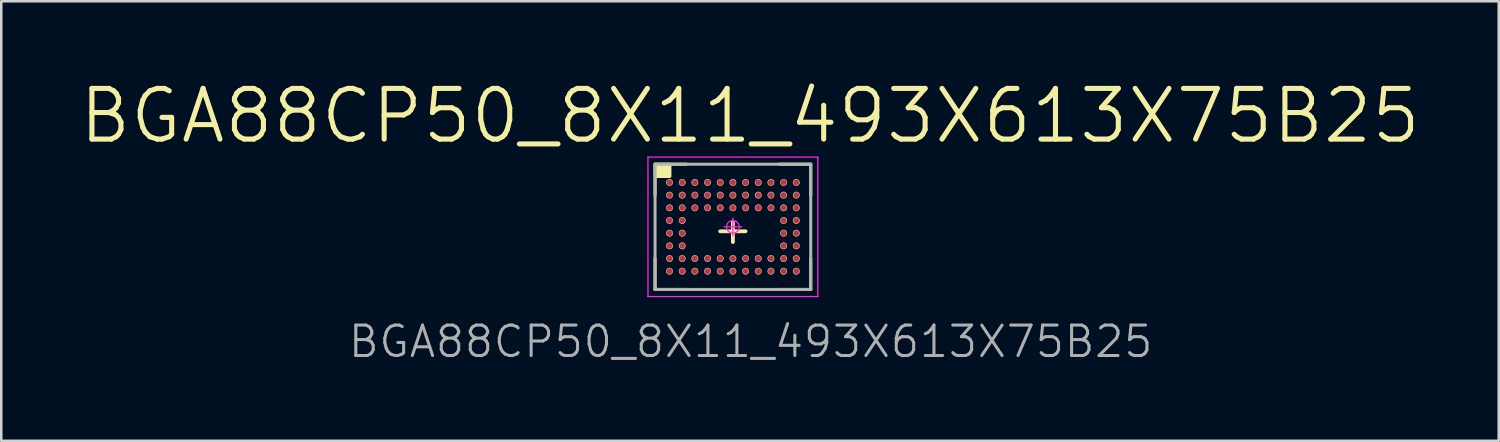
<source format=kicad_pcb>
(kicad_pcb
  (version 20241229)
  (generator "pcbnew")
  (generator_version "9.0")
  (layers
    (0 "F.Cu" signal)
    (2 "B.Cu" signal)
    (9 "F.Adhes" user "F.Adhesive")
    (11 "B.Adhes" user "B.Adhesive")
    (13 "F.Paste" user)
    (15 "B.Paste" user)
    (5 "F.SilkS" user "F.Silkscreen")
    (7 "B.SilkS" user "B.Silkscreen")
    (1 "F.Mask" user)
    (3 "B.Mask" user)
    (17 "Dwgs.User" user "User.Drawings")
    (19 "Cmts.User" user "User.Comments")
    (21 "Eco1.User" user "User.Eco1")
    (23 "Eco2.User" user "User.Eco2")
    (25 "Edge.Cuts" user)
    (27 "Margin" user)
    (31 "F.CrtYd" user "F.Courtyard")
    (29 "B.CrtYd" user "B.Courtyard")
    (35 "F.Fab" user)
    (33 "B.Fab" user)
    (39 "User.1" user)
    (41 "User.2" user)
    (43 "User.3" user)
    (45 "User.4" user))
  (footprint "BGA88CP50_8X11_493X613X75B25"
    (layer "F.Cu")
    (at 25.854 5.896)
    (property "Reference" "BGA88CP50_8X11_493X613X75B25" (at 0.7 4.525 0) (layer "F.Fab") (effects (font (size 1.2 1.2) (thickness 0.12))))
    (attr smd)
    (fp_line (start -3.07 -2.47) (end -1.835 -2.47) (stroke (width 0.12) (type solid)) (layer "F.SilkS"))
    (fp_line (start -3.07 -1.235) (end -3.07 -2.47) (stroke (width 0.12) (type solid)) (layer "F.SilkS"))
    (fp_line (start -3.07 1.235) (end -3.07 2.47) (stroke (width 0.12) (type solid)) (layer "F.SilkS"))
    (fp_line (start -3.07 2.47) (end -1.835 2.47) (stroke (width 0.12) (type solid)) (layer "F.SilkS"))
    (fp_line (start -0.5 0.175) (end 0.5 0.175) (stroke (width 0.15) (type solid)) (layer "F.SilkS"))
    (fp_line (start 0 0.6) (end 0 -0.2) (stroke (width 0.15) (type solid)) (layer "F.SilkS"))
    (fp_line (start 3.07 -2.47) (end 1.835 -2.47) (stroke (width 0.12) (type solid)) (layer "F.SilkS"))
    (fp_line (start 3.07 -1.235) (end 3.07 -2.47) (stroke (width 0.12) (type solid)) (layer "F.SilkS"))
    (fp_line (start 3.07 1.235) (end 3.07 2.47) (stroke (width 0.12) (type solid)) (layer "F.SilkS"))
    (fp_line (start 3.07 2.47) (end 1.835 2.47) (stroke (width 0.12) (type solid)) (layer "F.SilkS"))
    (fp_poly (pts (xy -3.05 -2.45) (xy -2.5 -2.45) (xy -2.5 -2) (xy -3.05 -2)) (stroke (width 0.15) (type solid)) (fill yes) (layer "F.SilkS"))
    (fp_line (start -3.065 -2.465) (end 3.065 -2.465) (stroke (width 0.025) (type solid)) (layer "Dwgs.User"))
    (fp_line (start -3.065 2.465) (end -3.065 -2.465) (stroke (width 0.025) (type solid)) (layer "Dwgs.User"))
    (fp_line (start 3.065 -2.465) (end 3.065 2.465) (stroke (width 0.025) (type solid)) (layer "Dwgs.User"))
    (fp_line (start 3.065 2.465) (end -3.065 2.465) (stroke (width 0.025) (type solid)) (layer "Dwgs.User"))
    (fp_circle (center -2.5 -1.75) (end -2.5 -1.625) (stroke (width 0.025) (type solid)) (fill no) (layer "Dwgs.User"))
    (fp_circle (center -2.5 -1.25) (end -2.5 -1.125) (stroke (width 0.025) (type solid)) (fill no) (layer "Dwgs.User"))
    (fp_circle (center -2.5 -0.75) (end -2.5 -0.625) (stroke (width 0.025) (type solid)) (fill no) (layer "Dwgs.User"))
    (fp_circle (center -2.5 -0.25) (end -2.5 -0.125) (stroke (width 0.025) (type solid)) (fill no) (layer "Dwgs.User"))
    (fp_circle (center -2.5 0.25) (end -2.5 0.375) (stroke (width 0.025) (type solid)) (fill no) (layer "Dwgs.User"))
    (fp_circle (center -2.5 0.75) (end -2.5 0.875) (stroke (width 0.025) (type solid)) (fill no) (layer "Dwgs.User"))
    (fp_circle (center -2.5 1.25) (end -2.5 1.375) (stroke (width 0.025) (type solid)) (fill no) (layer "Dwgs.User"))
    (fp_circle (center -2.5 1.75) (end -2.5 1.875) (stroke (width 0.025) (type solid)) (fill no) (layer "Dwgs.User"))
    (fp_circle (center -2 -1.75) (end -2 -1.625) (stroke (width 0.025) (type solid)) (fill no) (layer "Dwgs.User"))
    (fp_circle (center -2 -1.25) (end -2 -1.125) (stroke (width 0.025) (type solid)) (fill no) (layer "Dwgs.User"))
    (fp_circle (center -2 -0.75) (end -2 -0.625) (stroke (width 0.025) (type solid)) (fill no) (layer "Dwgs.User"))
    (fp_circle (center -2 -0.25) (end -2 -0.125) (stroke (width 0.025) (type solid)) (fill no) (layer "Dwgs.User"))
    (fp_circle (center -2 0.25) (end -2 0.375) (stroke (width 0.025) (type solid)) (fill no) (layer "Dwgs.User"))
    (fp_circle (center -2 0.75) (end -2 0.875) (stroke (width 0.025) (type solid)) (fill no) (layer "Dwgs.User"))
    (fp_circle (center -2 1.25) (end -2 1.375) (stroke (width 0.025) (type solid)) (fill no) (layer "Dwgs.User"))
    (fp_circle (center -2 1.75) (end -2 1.875) (stroke (width 0.025) (type solid)) (fill no) (layer "Dwgs.User"))
    (fp_circle (center -1.5 -1.75) (end -1.5 -1.625) (stroke (width 0.025) (type solid)) (fill no) (layer "Dwgs.User"))
    (fp_circle (center -1.5 -1.25) (end -1.5 -1.125) (stroke (width 0.025) (type solid)) (fill no) (layer "Dwgs.User"))
    (fp_circle (center -1.5 -0.75) (end -1.5 -0.625) (stroke (width 0.025) (type solid)) (fill no) (layer "Dwgs.User"))
    (fp_circle (center -1.5 1.25) (end -1.5 1.375) (stroke (width 0.025) (type solid)) (fill no) (layer "Dwgs.User"))
    (fp_circle (center -1.5 1.75) (end -1.5 1.875) (stroke (width 0.025) (type solid)) (fill no) (layer "Dwgs.User"))
    (fp_circle (center -1 -1.75) (end -1 -1.625) (stroke (width 0.025) (type solid)) (fill no) (layer "Dwgs.User"))
    (fp_circle (center -1 -1.25) (end -1 -1.125) (stroke (width 0.025) (type solid)) (fill no) (layer "Dwgs.User"))
    (fp_circle (center -1 -0.75) (end -1 -0.625) (stroke (width 0.025) (type solid)) (fill no) (layer "Dwgs.User"))
    (fp_circle (center -1 1.25) (end -1 1.375) (stroke (width 0.025) (type solid)) (fill no) (layer "Dwgs.User"))
    (fp_circle (center -1 1.75) (end -1 1.875) (stroke (width 0.025) (type solid)) (fill no) (layer "Dwgs.User"))
    (fp_circle (center -0.5 -1.75) (end -0.5 -1.625) (stroke (width 0.025) (type solid)) (fill no) (layer "Dwgs.User"))
    (fp_circle (center -0.5 -1.25) (end -0.5 -1.125) (stroke (width 0.025) (type solid)) (fill no) (layer "Dwgs.User"))
    (fp_circle (center -0.5 -0.75) (end -0.5 -0.625) (stroke (width 0.025) (type solid)) (fill no) (layer "Dwgs.User"))
    (fp_circle (center -0.5 1.25) (end -0.5 1.375) (stroke (width 0.025) (type solid)) (fill no) (layer "Dwgs.User"))
    (fp_circle (center -0.5 1.75) (end -0.5 1.875) (stroke (width 0.025) (type solid)) (fill no) (layer "Dwgs.User"))
    (fp_circle (center 0 -1.75) (end 0 -1.625) (stroke (width 0.025) (type solid)) (fill no) (layer "Dwgs.User"))
    (fp_circle (center 0 -1.25) (end 0 -1.125) (stroke (width 0.025) (type solid)) (fill no) (layer "Dwgs.User"))
    (fp_circle (center 0 -0.75) (end 0 -0.625) (stroke (width 0.025) (type solid)) (fill no) (layer "Dwgs.User"))
    (fp_circle (center 0 1.25) (end 0 1.375) (stroke (width 0.025) (type solid)) (fill no) (layer "Dwgs.User"))
    (fp_circle (center 0 1.75) (end 0 1.875) (stroke (width 0.025) (type solid)) (fill no) (layer "Dwgs.User"))
    (fp_circle (center 0.5 -1.75) (end 0.5 -1.625) (stroke (width 0.025) (type solid)) (fill no) (layer "Dwgs.User"))
    (fp_circle (center 0.5 -1.25) (end 0.5 -1.125) (stroke (width 0.025) (type solid)) (fill no) (layer "Dwgs.User"))
    (fp_circle (center 0.5 -0.75) (end 0.5 -0.625) (stroke (width 0.025) (type solid)) (fill no) (layer "Dwgs.User"))
    (fp_circle (center 0.5 1.25) (end 0.5 1.375) (stroke (width 0.025) (type solid)) (fill no) (layer "Dwgs.User"))
    (fp_circle (center 0.5 1.75) (end 0.5 1.875) (stroke (width 0.025) (type solid)) (fill no) (layer "Dwgs.User"))
    (fp_circle (center 1 -1.75) (end 1 -1.625) (stroke (width 0.025) (type solid)) (fill no) (layer "Dwgs.User"))
    (fp_circle (center 1 -1.25) (end 1 -1.125) (stroke (width 0.025) (type solid)) (fill no) (layer "Dwgs.User"))
    (fp_circle (center 1 -0.75) (end 1 -0.625) (stroke (width 0.025) (type solid)) (fill no) (layer "Dwgs.User"))
    (fp_circle (center 1 1.25) (end 1 1.375) (stroke (width 0.025) (type solid)) (fill no) (layer "Dwgs.User"))
    (fp_circle (center 1 1.75) (end 1 1.875) (stroke (width 0.025) (type solid)) (fill no) (layer "Dwgs.User"))
    (fp_circle (center 1.5 -1.75) (end 1.5 -1.625) (stroke (width 0.025) (type solid)) (fill no) (layer "Dwgs.User"))
    (fp_circle (center 1.5 -1.25) (end 1.5 -1.125) (stroke (width 0.025) (type solid)) (fill no) (layer "Dwgs.User"))
    (fp_circle (center 1.5 -0.75) (end 1.5 -0.625) (stroke (width 0.025) (type solid)) (fill no) (layer "Dwgs.User"))
    (fp_circle (center 1.5 1.25) (end 1.5 1.375) (stroke (width 0.025) (type solid)) (fill no) (layer "Dwgs.User"))
    (fp_circle (center 1.5 1.75) (end 1.5 1.875) (stroke (width 0.025) (type solid)) (fill no) (layer "Dwgs.User"))
    (fp_circle (center 2 -1.75) (end 2 -1.625) (stroke (width 0.025) (type solid)) (fill no) (layer "Dwgs.User"))
    (fp_circle (center 2 -1.25) (end 2 -1.125) (stroke (width 0.025) (type solid)) (fill no) (layer "Dwgs.User"))
    (fp_circle (center 2 -0.75) (end 2 -0.625) (stroke (width 0.025) (type solid)) (fill no) (layer "Dwgs.User"))
    (fp_circle (center 2 -0.25) (end 2 -0.125) (stroke (width 0.025) (type solid)) (fill no) (layer "Dwgs.User"))
    (fp_circle (center 2 0.25) (end 2 0.375) (stroke (width 0.025) (type solid)) (fill no) (layer "Dwgs.User"))
    (fp_circle (center 2 0.75) (end 2 0.875) (stroke (width 0.025) (type solid)) (fill no) (layer "Dwgs.User"))
    (fp_circle (center 2 1.25) (end 2 1.375) (stroke (width 0.025) (type solid)) (fill no) (layer "Dwgs.User"))
    (fp_circle (center 2 1.75) (end 2 1.875) (stroke (width 0.025) (type solid)) (fill no) (layer "Dwgs.User"))
    (fp_circle (center 2.5 -1.75) (end 2.5 -1.625) (stroke (width 0.025) (type solid)) (fill no) (layer "Dwgs.User"))
    (fp_circle (center 2.5 -1.25) (end 2.5 -1.125) (stroke (width 0.025) (type solid)) (fill no) (layer "Dwgs.User"))
    (fp_circle (center 2.5 -0.75) (end 2.5 -0.625) (stroke (width 0.025) (type solid)) (fill no) (layer "Dwgs.User"))
    (fp_circle (center 2.5 -0.25) (end 2.5 -0.125) (stroke (width 0.025) (type solid)) (fill no) (layer "Dwgs.User"))
    (fp_circle (center 2.5 0.25) (end 2.5 0.375) (stroke (width 0.025) (type solid)) (fill no) (layer "Dwgs.User"))
    (fp_circle (center 2.5 0.75) (end 2.5 0.875) (stroke (width 0.025) (type solid)) (fill no) (layer "Dwgs.User"))
    (fp_circle (center 2.5 1.25) (end 2.5 1.375) (stroke (width 0.025) (type solid)) (fill no) (layer "Dwgs.User"))
    (fp_circle (center 2.5 1.75) (end 2.5 1.875) (stroke (width 0.025) (type solid)) (fill no) (layer "Dwgs.User"))
    (fp_line (start -3.35 -2.75) (end 3.35 -2.75) (stroke (width 0.05) (type solid)) (layer "F.CrtYd"))
    (fp_line (start -3.35 2.75) (end -3.35 -2.75) (stroke (width 0.05) (type solid)) (layer "F.CrtYd"))
    (fp_line (start 0 -0.35) (end 0 0.35) (stroke (width 0.05) (type solid)) (layer "F.CrtYd"))
    (fp_line (start 0.35 0) (end -0.35 0) (stroke (width 0.05) (type solid)) (layer "F.CrtYd"))
    (fp_line (start 3.35 -2.75) (end 3.35 2.75) (stroke (width 0.05) (type solid)) (layer "F.CrtYd"))
    (fp_line (start 3.35 2.75) (end -3.35 2.75) (stroke (width 0.05) (type solid)) (layer "F.CrtYd"))
    (fp_circle (center 0 0) (end 0 0.25) (stroke (width 0.05) (type solid)) (fill no) (layer "F.CrtYd"))
    (fp_line (start -3.07 -2.47) (end 3.07 -2.47) (stroke (width 0.12) (type solid)) (layer "F.Fab"))
    (fp_line (start -3.07 2.47) (end -3.07 -2.47) (stroke (width 0.12) (type solid)) (layer "F.Fab"))
    (fp_line (start 3.07 -2.47) (end 3.07 2.47) (stroke (width 0.12) (type solid)) (layer "F.Fab"))
    (fp_line (start 3.07 2.47) (end -3.07 2.47) (stroke (width 0.12) (type solid)) (layer "F.Fab"))
    (fp_text user "${REFERENCE}" (at 0.675 -4.375 0) (layer "F.SilkS") (effects (font (size 2 2) (thickness 0.2))))
    (pad "A1" smd circle (at -2.5 -1.75) (size 0.25 0.25) (layers "F.Cu" "F.Mask" "F.Paste"))
    (pad "A2" smd circle (at -2 -1.75) (size 0.25 0.25) (layers "F.Cu" "F.Mask" "F.Paste"))
    (pad "A3" smd circle (at -1.5 -1.75) (size 0.25 0.25) (layers "F.Cu" "F.Mask" "F.Paste"))
    (pad "A4" smd circle (at -1 -1.75) (size 0.25 0.25) (layers "F.Cu" "F.Mask" "F.Paste"))
    (pad "A5" smd circle (at -0.5 -1.75) (size 0.25 0.25) (layers "F.Cu" "F.Mask" "F.Paste"))
    (pad "A6" smd circle (at 0 -1.75) (size 0.25 0.25) (layers "F.Cu" "F.Mask" "F.Paste"))
    (pad "A7" smd circle (at 0.5 -1.75) (size 0.25 0.25) (layers "F.Cu" "F.Mask" "F.Paste"))
    (pad "A8" smd circle (at 1 -1.75) (size 0.25 0.25) (layers "F.Cu" "F.Mask" "F.Paste"))
    (pad "A9" smd circle (at 1.5 -1.75) (size 0.25 0.25) (layers "F.Cu" "F.Mask" "F.Paste"))
    (pad "A10" smd circle (at 2 -1.75) (size 0.25 0.25) (layers "F.Cu" "F.Mask" "F.Paste"))
    (pad "A11" smd circle (at 2.5 -1.75) (size 0.25 0.25) (layers "F.Cu" "F.Mask" "F.Paste"))
    (pad "B1" smd circle (at -2.5 -1.25) (size 0.25 0.25) (layers "F.Cu" "F.Mask" "F.Paste"))
    (pad "B2" smd circle (at -2 -1.25) (size 0.25 0.25) (layers "F.Cu" "F.Mask" "F.Paste"))
    (pad "B3" smd circle (at -1.5 -1.25) (size 0.25 0.25) (layers "F.Cu" "F.Mask" "F.Paste"))
    (pad "B4" smd circle (at -1 -1.25) (size 0.25 0.25) (layers "F.Cu" "F.Mask" "F.Paste"))
    (pad "B5" smd circle (at -0.5 -1.25) (size 0.25 0.25) (layers "F.Cu" "F.Mask" "F.Paste"))
    (pad "B6" smd circle (at 0 -1.25) (size 0.25 0.25) (layers "F.Cu" "F.Mask" "F.Paste"))
    (pad "B7" smd circle (at 0.5 -1.25) (size 0.25 0.25) (layers "F.Cu" "F.Mask" "F.Paste"))
    (pad "B8" smd circle (at 1 -1.25) (size 0.25 0.25) (layers "F.Cu" "F.Mask" "F.Paste"))
    (pad "B9" smd circle (at 1.5 -1.25) (size 0.25 0.25) (layers "F.Cu" "F.Mask" "F.Paste"))
    (pad "B10" smd circle (at 2 -1.25) (size 0.25 0.25) (layers "F.Cu" "F.Mask" "F.Paste"))
    (pad "B11" smd circle (at 2.5 -1.25) (size 0.25 0.25) (layers "F.Cu" "F.Mask" "F.Paste"))
    (pad "C1" smd circle (at -2.5 -0.75) (size 0.25 0.25) (layers "F.Cu" "F.Mask" "F.Paste"))
    (pad "C2" smd circle (at -2 -0.75) (size 0.25 0.25) (layers "F.Cu" "F.Mask" "F.Paste"))
    (pad "C3" smd circle (at -1.5 -0.75) (size 0.25 0.25) (layers "F.Cu" "F.Mask" "F.Paste"))
    (pad "C4" smd circle (at -1 -0.75) (size 0.25 0.25) (layers "F.Cu" "F.Mask" "F.Paste"))
    (pad "C5" smd circle (at -0.5 -0.75) (size 0.25 0.25) (layers "F.Cu" "F.Mask" "F.Paste"))
    (pad "C6" smd circle (at 0 -0.75) (size 0.25 0.25) (layers "F.Cu" "F.Mask" "F.Paste"))
    (pad "C7" smd circle (at 0.5 -0.75) (size 0.25 0.25) (layers "F.Cu" "F.Mask" "F.Paste"))
    (pad "C8" smd circle (at 1 -0.75) (size 0.25 0.25) (layers "F.Cu" "F.Mask" "F.Paste"))
    (pad "C9" smd circle (at 1.5 -0.75) (size 0.25 0.25) (layers "F.Cu" "F.Mask" "F.Paste"))
    (pad "C10" smd circle (at 2 -0.75) (size 0.25 0.25) (layers "F.Cu" "F.Mask" "F.Paste"))
    (pad "C11" smd circle (at 2.5 -0.75) (size 0.25 0.25) (layers "F.Cu" "F.Mask" "F.Paste"))
    (pad "D1" smd circle (at -2.5 -0.25) (size 0.25 0.25) (layers "F.Cu" "F.Mask" "F.Paste"))
    (pad "D2" smd circle (at -2 -0.25) (size 0.25 0.25) (layers "F.Cu" "F.Mask" "F.Paste"))
    (pad "D10" smd circle (at 2 -0.25) (size 0.25 0.25) (layers "F.Cu" "F.Mask" "F.Paste"))
    (pad "D11" smd circle (at 2.5 -0.25) (size 0.25 0.25) (layers "F.Cu" "F.Mask" "F.Paste"))
    (pad "E1" smd circle (at -2.5 0.25) (size 0.25 0.25) (layers "F.Cu" "F.Mask" "F.Paste"))
    (pad "E2" smd circle (at -2 0.25) (size 0.25 0.25) (layers "F.Cu" "F.Mask" "F.Paste"))
    (pad "E10" smd circle (at 2 0.25) (size 0.25 0.25) (layers "F.Cu" "F.Mask" "F.Paste"))
    (pad "E11" smd circle (at 2.5 0.25) (size 0.25 0.25) (layers "F.Cu" "F.Mask" "F.Paste"))
    (pad "F1" smd circle (at -2.5 0.75) (size 0.25 0.25) (layers "F.Cu" "F.Mask" "F.Paste"))
    (pad "F2" smd circle (at -2 0.75) (size 0.25 0.25) (layers "F.Cu" "F.Mask" "F.Paste"))
    (pad "F10" smd circle (at 2 0.75) (size 0.25 0.25) (layers "F.Cu" "F.Mask" "F.Paste"))
    (pad "F11" smd circle (at 2.5 0.75) (size 0.25 0.25) (layers "F.Cu" "F.Mask" "F.Paste"))
    (pad "G1" smd circle (at -2.5 1.25) (size 0.25 0.25) (layers "F.Cu" "F.Mask" "F.Paste"))
    (pad "G2" smd circle (at -2 1.25) (size 0.25 0.25) (layers "F.Cu" "F.Mask" "F.Paste"))
    (pad "G3" smd circle (at -1.5 1.25) (size 0.25 0.25) (layers "F.Cu" "F.Mask" "F.Paste"))
    (pad "G4" smd circle (at -1 1.25) (size 0.25 0.25) (layers "F.Cu" "F.Mask" "F.Paste"))
    (pad "G5" smd circle (at -0.5 1.25) (size 0.25 0.25) (layers "F.Cu" "F.Mask" "F.Paste"))
    (pad "G6" smd circle (at 0 1.25) (size 0.25 0.25) (layers "F.Cu" "F.Mask" "F.Paste"))
    (pad "G7" smd circle (at 0.5 1.25) (size 0.25 0.25) (layers "F.Cu" "F.Mask" "F.Paste"))
    (pad "G8" smd circle (at 1 1.25) (size 0.25 0.25) (layers "F.Cu" "F.Mask" "F.Paste"))
    (pad "G9" smd circle (at 1.5 1.25) (size 0.25 0.25) (layers "F.Cu" "F.Mask" "F.Paste"))
    (pad "G10" smd circle (at 2 1.25) (size 0.25 0.25) (layers "F.Cu" "F.Mask" "F.Paste"))
    (pad "G11" smd circle (at 2.5 1.25) (size 0.25 0.25) (layers "F.Cu" "F.Mask" "F.Paste"))
    (pad "H1" smd circle (at -2.5 1.75) (size 0.25 0.25) (layers "F.Cu" "F.Mask" "F.Paste"))
    (pad "H2" smd circle (at -2 1.75) (size 0.25 0.25) (layers "F.Cu" "F.Mask" "F.Paste"))
    (pad "H3" smd circle (at -1.5 1.75) (size 0.25 0.25) (layers "F.Cu" "F.Mask" "F.Paste"))
    (pad "H4" smd circle (at -1 1.75) (size 0.25 0.25) (layers "F.Cu" "F.Mask" "F.Paste"))
    (pad "H5" smd circle (at -0.5 1.75) (size 0.25 0.25) (layers "F.Cu" "F.Mask" "F.Paste"))
    (pad "H6" smd circle (at 0 1.75) (size 0.25 0.25) (layers "F.Cu" "F.Mask" "F.Paste"))
    (pad "H7" smd circle (at 0.5 1.75) (size 0.25 0.25) (layers "F.Cu" "F.Mask" "F.Paste"))
    (pad "H8" smd circle (at 1 1.75) (size 0.25 0.25) (layers "F.Cu" "F.Mask" "F.Paste"))
    (pad "H9" smd circle (at 1.5 1.75) (size 0.25 0.25) (layers "F.Cu" "F.Mask" "F.Paste"))
    (pad "H10" smd circle (at 2 1.75) (size 0.25 0.25) (layers "F.Cu" "F.Mask" "F.Paste"))
    (pad "H11" smd circle (at 2.5 1.75) (size 0.25 0.25) (layers "F.Cu" "F.Mask" "F.Paste")))
  (gr_rect
    (start -3 -3)
    (end 56.057 14.334)
    (stroke (width 0.1) (type default))
    (fill no)
    (layer "Edge.Cuts")))
</source>
